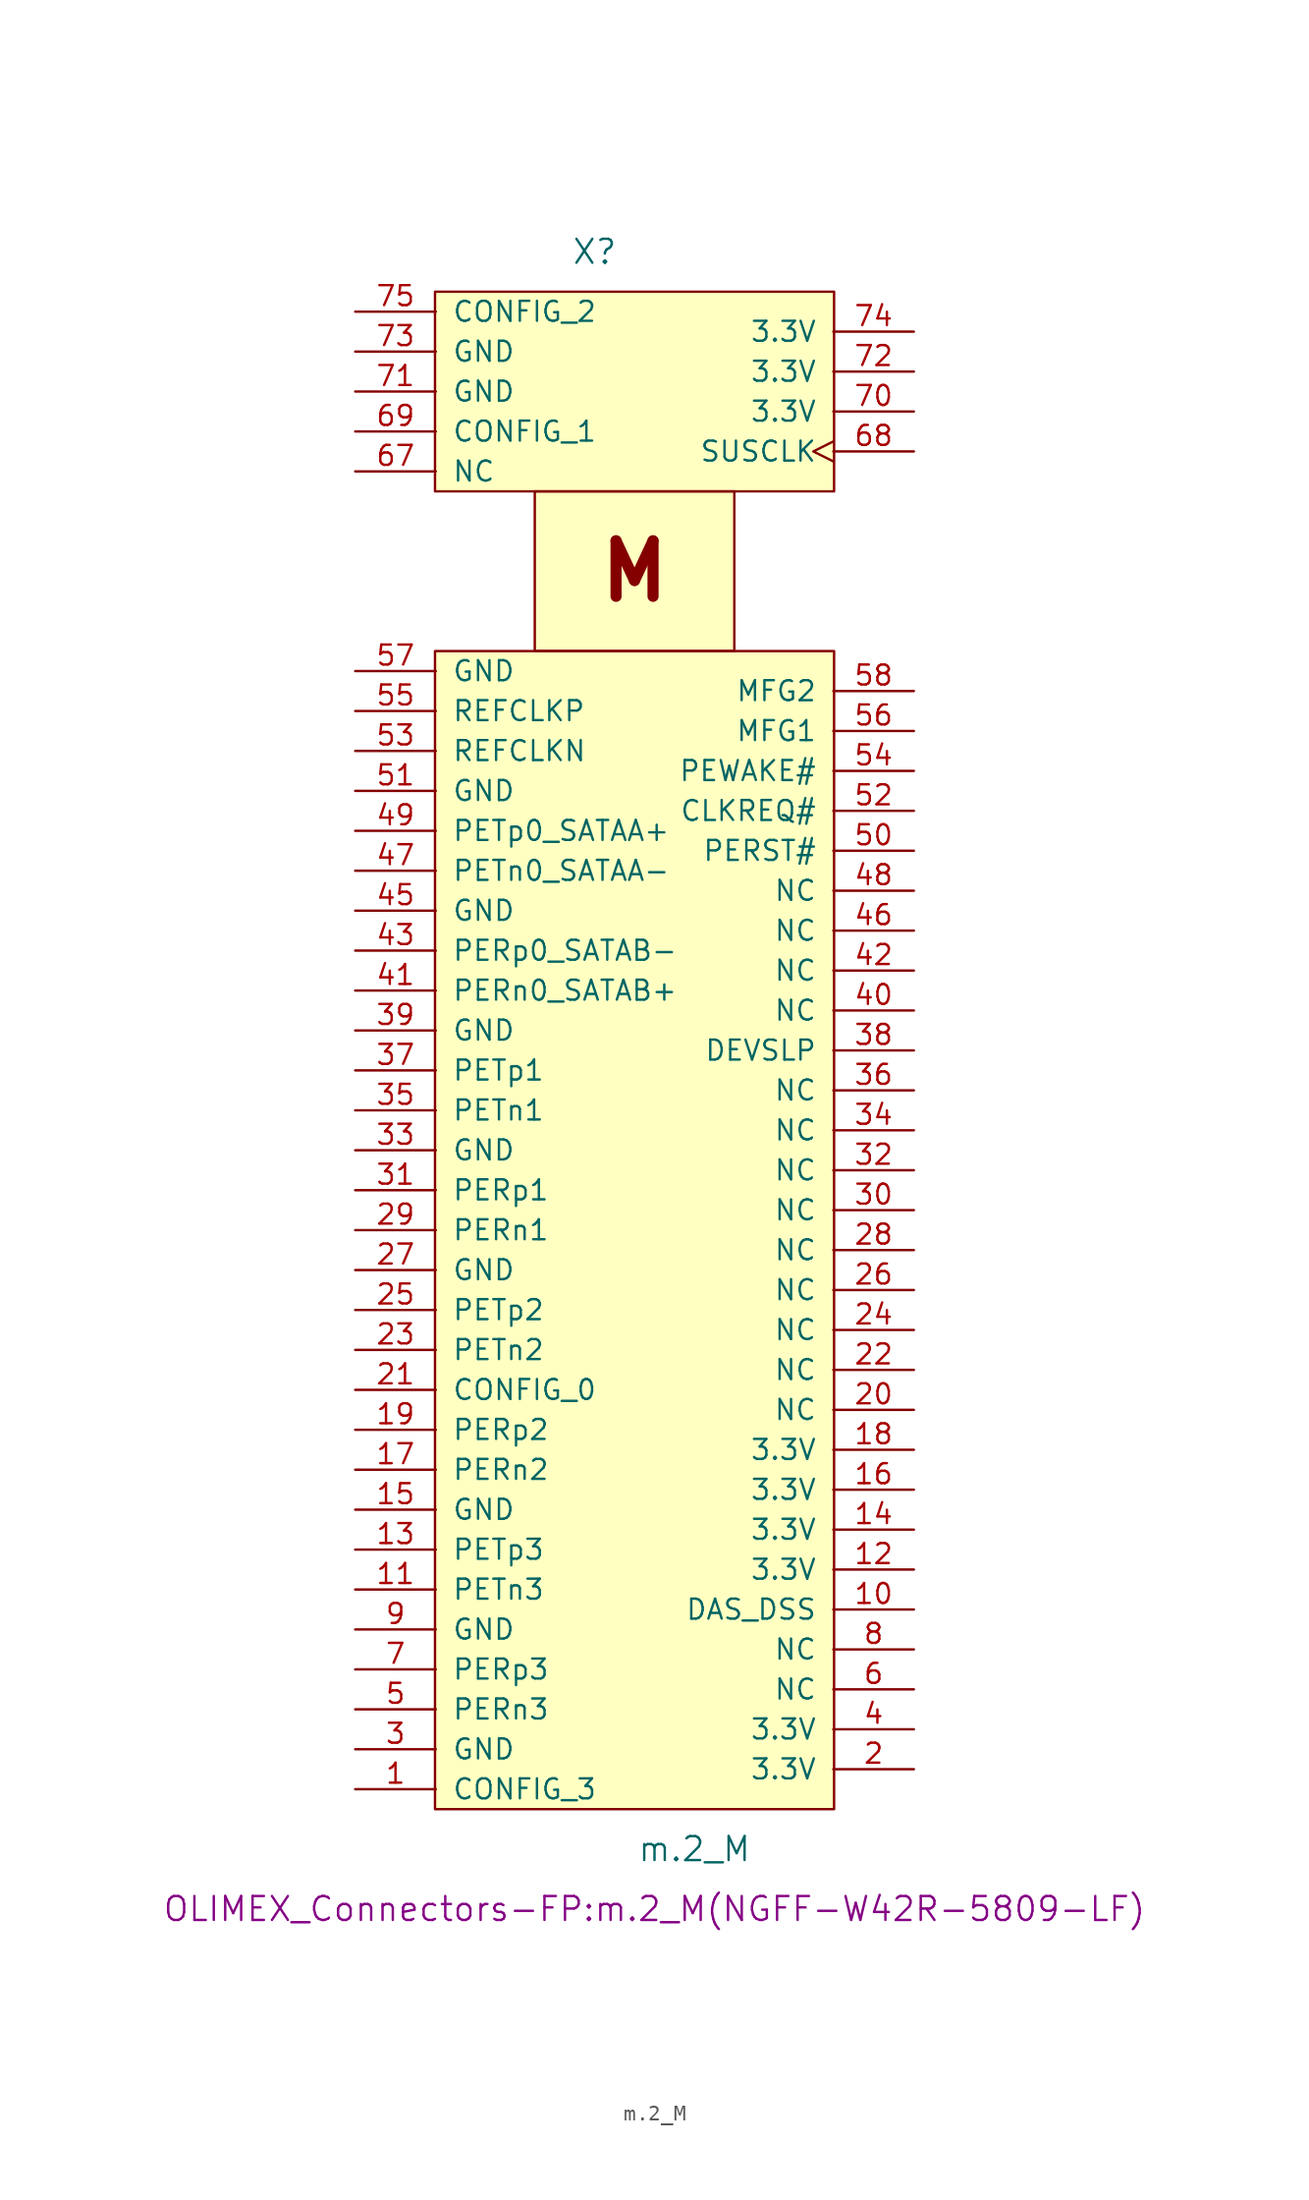
<source format=kicad_sym>
(kicad_symbol_lib
  (version 20220914)
  (generator kicad_symbol_editor)
  (symbol "m.2_M"
    (pin_names
      (offset 1.016))
    (property "Reference" "X"
      (at -2.54 50.8 0)
      (effects (font (size 1.524 1.524))))
    (property "Value" "m.2_M"
      (at 3.81 -50.8 0)
      (effects (font (size 1.524 1.524))))
    (property "Footprint" "OLIMEX_Connectors-FP:m.2_M(NGFF-W42R-5809-LF)"
      (at 1.27 -54.61 0)
      (effects (font (size 1.524 1.524))))
    (symbol "m.2_M_0_0"
      (text "M" (at 0 30.48 0) (effects (font (size 3.531 3.531) bold))))
    (symbol "m.2_M_0_1"
      (rectangle (start -12.7 25.4) (end 12.7 -48.26) (stroke (width 0) (type solid)) (fill (type background)))
      (rectangle (start -12.7 48.26) (end 12.7 35.56) (stroke (width 0) (type solid)) (fill (type background)))
      (rectangle (start -6.35 35.56) (end 6.35 25.4) (stroke (width 0) (type solid)) (fill (type background))))
    (symbol "m.2_M_1_1"
      (pin bidirectional line (at -17.78 -46.99 0) (length 5.131) (name "CONFIG_3" (effects (font (size 1.27 1.27)))) (number "1" (effects (font (size 1.27 1.27)))))
      (pin bidirectional line (at 17.78 -35.56 180) (length 5.131) (name "DAS_DSS" (effects (font (size 1.27 1.27)))) (number "10" (effects (font (size 1.27 1.27)))))
      (pin bidirectional line (at -17.78 -34.29 0) (length 5.131) (name "PETn3" (effects (font (size 1.27 1.27)))) (number "11" (effects (font (size 1.27 1.27)))))
      (pin power_in line (at 17.78 -33.02 180) (length 5.131) (name "3.3V" (effects (font (size 1.27 1.27)))) (number "12" (effects (font (size 1.27 1.27)))))
      (pin bidirectional line (at -17.78 -31.75 0) (length 5.131) (name "PETp3" (effects (font (size 1.27 1.27)))) (number "13" (effects (font (size 1.27 1.27)))))
      (pin power_in line (at 17.78 -30.48 180) (length 5.131) (name "3.3V" (effects (font (size 1.27 1.27)))) (number "14" (effects (font (size 1.27 1.27)))))
      (pin power_in line (at -17.78 -29.21 0) (length 5.131) (name "GND" (effects (font (size 1.27 1.27)))) (number "15" (effects (font (size 1.27 1.27)))))
      (pin power_in line (at 17.78 -27.94 180) (length 5.131) (name "3.3V" (effects (font (size 1.27 1.27)))) (number "16" (effects (font (size 1.27 1.27)))))
      (pin bidirectional line (at -17.78 -26.67 0) (length 5.131) (name "PERn2" (effects (font (size 1.27 1.27)))) (number "17" (effects (font (size 1.27 1.27)))))
      (pin power_in line (at 17.78 -25.4 180) (length 5.131) (name "3.3V" (effects (font (size 1.27 1.27)))) (number "18" (effects (font (size 1.27 1.27)))))
      (pin bidirectional line (at -17.78 -24.13 0) (length 5.131) (name "PERp2" (effects (font (size 1.27 1.27)))) (number "19" (effects (font (size 1.27 1.27)))))
      (pin power_in line (at 17.78 -45.72 180) (length 5.131) (name "3.3V" (effects (font (size 1.27 1.27)))) (number "2" (effects (font (size 1.27 1.27)))))
      (pin bidirectional line (at 17.78 -22.86 180) (length 5.131) (name "NC" (effects (font (size 1.27 1.27)))) (number "20" (effects (font (size 1.27 1.27)))))
      (pin bidirectional line (at -17.78 -21.59 0) (length 5.131) (name "CONFIG_0" (effects (font (size 1.27 1.27)))) (number "21" (effects (font (size 1.27 1.27)))))
      (pin bidirectional line (at 17.78 -20.32 180) (length 5.131) (name "NC" (effects (font (size 1.27 1.27)))) (number "22" (effects (font (size 1.27 1.27)))))
      (pin bidirectional line (at -17.78 -19.05 0) (length 5.131) (name "PETn2" (effects (font (size 1.27 1.27)))) (number "23" (effects (font (size 1.27 1.27)))))
      (pin bidirectional line (at 17.78 -17.78 180) (length 5.131) (name "NC" (effects (font (size 1.27 1.27)))) (number "24" (effects (font (size 1.27 1.27)))))
      (pin bidirectional line (at -17.78 -16.51 0) (length 5.131) (name "PETp2" (effects (font (size 1.27 1.27)))) (number "25" (effects (font (size 1.27 1.27)))))
      (pin bidirectional line (at 17.78 -15.24 180) (length 5.131) (name "NC" (effects (font (size 1.27 1.27)))) (number "26" (effects (font (size 1.27 1.27)))))
      (pin power_in line (at -17.78 -13.97 0) (length 5.131) (name "GND" (effects (font (size 1.27 1.27)))) (number "27" (effects (font (size 1.27 1.27)))))
      (pin bidirectional line (at 17.78 -12.7 180) (length 5.131) (name "NC" (effects (font (size 1.27 1.27)))) (number "28" (effects (font (size 1.27 1.27)))))
      (pin bidirectional line (at -17.78 -11.43 0) (length 5.131) (name "PERn1" (effects (font (size 1.27 1.27)))) (number "29" (effects (font (size 1.27 1.27)))))
      (pin power_in line (at -17.78 -44.45 0) (length 5.131) (name "GND" (effects (font (size 1.27 1.27)))) (number "3" (effects (font (size 1.27 1.27)))))
      (pin bidirectional line (at 17.78 -10.16 180) (length 5.131) (name "NC" (effects (font (size 1.27 1.27)))) (number "30" (effects (font (size 1.27 1.27)))))
      (pin bidirectional line (at -17.78 -8.89 0) (length 5.131) (name "PERp1" (effects (font (size 1.27 1.27)))) (number "31" (effects (font (size 1.27 1.27)))))
      (pin bidirectional line (at 17.78 -7.62 180) (length 5.131) (name "NC" (effects (font (size 1.27 1.27)))) (number "32" (effects (font (size 1.27 1.27)))))
      (pin power_in line (at -17.78 -6.35 0) (length 5.131) (name "GND" (effects (font (size 1.27 1.27)))) (number "33" (effects (font (size 1.27 1.27)))))
      (pin bidirectional line (at 17.78 -5.08 180) (length 5.131) (name "NC" (effects (font (size 1.27 1.27)))) (number "34" (effects (font (size 1.27 1.27)))))
      (pin bidirectional line (at -17.78 -3.81 0) (length 5.131) (name "PETn1" (effects (font (size 1.27 1.27)))) (number "35" (effects (font (size 1.27 1.27)))))
      (pin bidirectional line (at 17.78 -2.54 180) (length 5.131) (name "NC" (effects (font (size 1.27 1.27)))) (number "36" (effects (font (size 1.27 1.27)))))
      (pin bidirectional line (at -17.78 -1.27 0) (length 5.131) (name "PETp1" (effects (font (size 1.27 1.27)))) (number "37" (effects (font (size 1.27 1.27)))))
      (pin bidirectional line (at 17.78 0 180) (length 5.131) (name "DEVSLP" (effects (font (size 1.27 1.27)))) (number "38" (effects (font (size 1.27 1.27)))))
      (pin power_in line (at -17.78 1.27 0) (length 5.131) (name "GND" (effects (font (size 1.27 1.27)))) (number "39" (effects (font (size 1.27 1.27)))))
      (pin power_in line (at 17.78 -43.18 180) (length 5.131) (name "3.3V" (effects (font (size 1.27 1.27)))) (number "4" (effects (font (size 1.27 1.27)))))
      (pin bidirectional line (at 17.78 2.54 180) (length 5.131) (name "NC" (effects (font (size 1.27 1.27)))) (number "40" (effects (font (size 1.27 1.27)))))
      (pin bidirectional line (at -17.78 3.81 0) (length 5.131) (name "PERn0_SATAB+" (effects (font (size 1.27 1.27)))) (number "41" (effects (font (size 1.27 1.27)))))
      (pin bidirectional line (at 17.78 5.08 180) (length 5.131) (name "NC" (effects (font (size 1.27 1.27)))) (number "42" (effects (font (size 1.27 1.27)))))
      (pin bidirectional line (at -17.78 6.35 0) (length 5.131) (name "PERp0_SATAB-" (effects (font (size 1.27 1.27)))) (number "43" (effects (font (size 1.27 1.27)))))
      (pin power_in line (at -17.78 8.89 0) (length 5.131) (name "GND" (effects (font (size 1.27 1.27)))) (number "45" (effects (font (size 1.27 1.27)))))
      (pin bidirectional line (at 17.78 7.62 180) (length 5.131) (name "NC" (effects (font (size 1.27 1.27)))) (number "46" (effects (font (size 1.27 1.27)))))
      (pin bidirectional line (at -17.78 11.43 0) (length 5.131) (name "PETn0_SATAA-" (effects (font (size 1.27 1.27)))) (number "47" (effects (font (size 1.27 1.27)))))
      (pin bidirectional line (at 17.78 10.16 180) (length 5.131) (name "NC" (effects (font (size 1.27 1.27)))) (number "48" (effects (font (size 1.27 1.27)))))
      (pin bidirectional line (at -17.78 13.97 0) (length 5.131) (name "PETp0_SATAA+" (effects (font (size 1.27 1.27)))) (number "49" (effects (font (size 1.27 1.27)))))
      (pin bidirectional line (at -17.78 -41.91 0) (length 5.131) (name "PERn3" (effects (font (size 1.27 1.27)))) (number "5" (effects (font (size 1.27 1.27)))))
      (pin bidirectional line (at 17.78 12.7 180) (length 5.131) (name "PERST#" (effects (font (size 1.27 1.27)))) (number "50" (effects (font (size 1.27 1.27)))))
      (pin power_in line (at -17.78 16.51 0) (length 5.131) (name "GND" (effects (font (size 1.27 1.27)))) (number "51" (effects (font (size 1.27 1.27)))))
      (pin bidirectional line (at 17.78 15.24 180) (length 5.131) (name "CLKREQ#" (effects (font (size 1.27 1.27)))) (number "52" (effects (font (size 1.27 1.27)))))
      (pin bidirectional line (at -17.78 19.05 0) (length 5.131) (name "REFCLKN" (effects (font (size 1.27 1.27)))) (number "53" (effects (font (size 1.27 1.27)))))
      (pin bidirectional line (at 17.78 17.78 180) (length 5.131) (name "PEWAKE#" (effects (font (size 1.27 1.27)))) (number "54" (effects (font (size 1.27 1.27)))))
      (pin bidirectional line (at -17.78 21.59 0) (length 5.131) (name "REFCLKP" (effects (font (size 1.27 1.27)))) (number "55" (effects (font (size 1.27 1.27)))))
      (pin bidirectional line (at 17.78 20.32 180) (length 5.131) (name "MFG1" (effects (font (size 1.27 1.27)))) (number "56" (effects (font (size 1.27 1.27)))))
      (pin power_in line (at -17.78 24.13 0) (length 5.131) (name "GND" (effects (font (size 1.27 1.27)))) (number "57" (effects (font (size 1.27 1.27)))))
      (pin bidirectional line (at 17.78 22.86 180) (length 5.131) (name "MFG2" (effects (font (size 1.27 1.27)))) (number "58" (effects (font (size 1.27 1.27)))))
      (pin bidirectional line (at 17.78 -40.64 180) (length 5.131) (name "NC" (effects (font (size 1.27 1.27)))) (number "6" (effects (font (size 1.27 1.27)))))
      (pin bidirectional line (at -17.78 36.83 0) (length 5.131) (name "NC" (effects (font (size 1.27 1.27)))) (number "67" (effects (font (size 1.27 1.27)))))
      (pin input clock (at 17.78 38.1 180) (length 5.131) (name "SUSCLK" (effects (font (size 1.27 1.27)))) (number "68" (effects (font (size 1.27 1.27)))))
      (pin bidirectional line (at -17.78 39.37 0) (length 5.131) (name "CONFIG_1" (effects (font (size 1.27 1.27)))) (number "69" (effects (font (size 1.27 1.27)))))
      (pin bidirectional line (at -17.78 -39.37 0) (length 5.131) (name "PERp3" (effects (font (size 1.27 1.27)))) (number "7" (effects (font (size 1.27 1.27)))))
      (pin power_in line (at 17.78 40.64 180) (length 5.131) (name "3.3V" (effects (font (size 1.27 1.27)))) (number "70" (effects (font (size 1.27 1.27)))))
      (pin power_in line (at -17.78 41.91 0) (length 5.131) (name "GND" (effects (font (size 1.27 1.27)))) (number "71" (effects (font (size 1.27 1.27)))))
      (pin power_in line (at 17.78 43.18 180) (length 5.131) (name "3.3V" (effects (font (size 1.27 1.27)))) (number "72" (effects (font (size 1.27 1.27)))))
      (pin power_in line (at -17.78 44.45 0) (length 5.131) (name "GND" (effects (font (size 1.27 1.27)))) (number "73" (effects (font (size 1.27 1.27)))))
      (pin power_in line (at 17.78 45.72 180) (length 5.131) (name "3.3V" (effects (font (size 1.27 1.27)))) (number "74" (effects (font (size 1.27 1.27)))))
      (pin bidirectional line (at -17.78 46.99 0) (length 5.131) (name "CONFIG_2" (effects (font (size 1.27 1.27)))) (number "75" (effects (font (size 1.27 1.27)))))
      (pin bidirectional line (at 17.78 -38.1 180) (length 5.131) (name "NC" (effects (font (size 1.27 1.27)))) (number "8" (effects (font (size 1.27 1.27)))))
      (pin power_in line (at -17.78 -36.83 0) (length 5.131) (name "GND" (effects (font (size 1.27 1.27)))) (number "9" (effects (font (size 1.27 1.27))))))))
</source>
